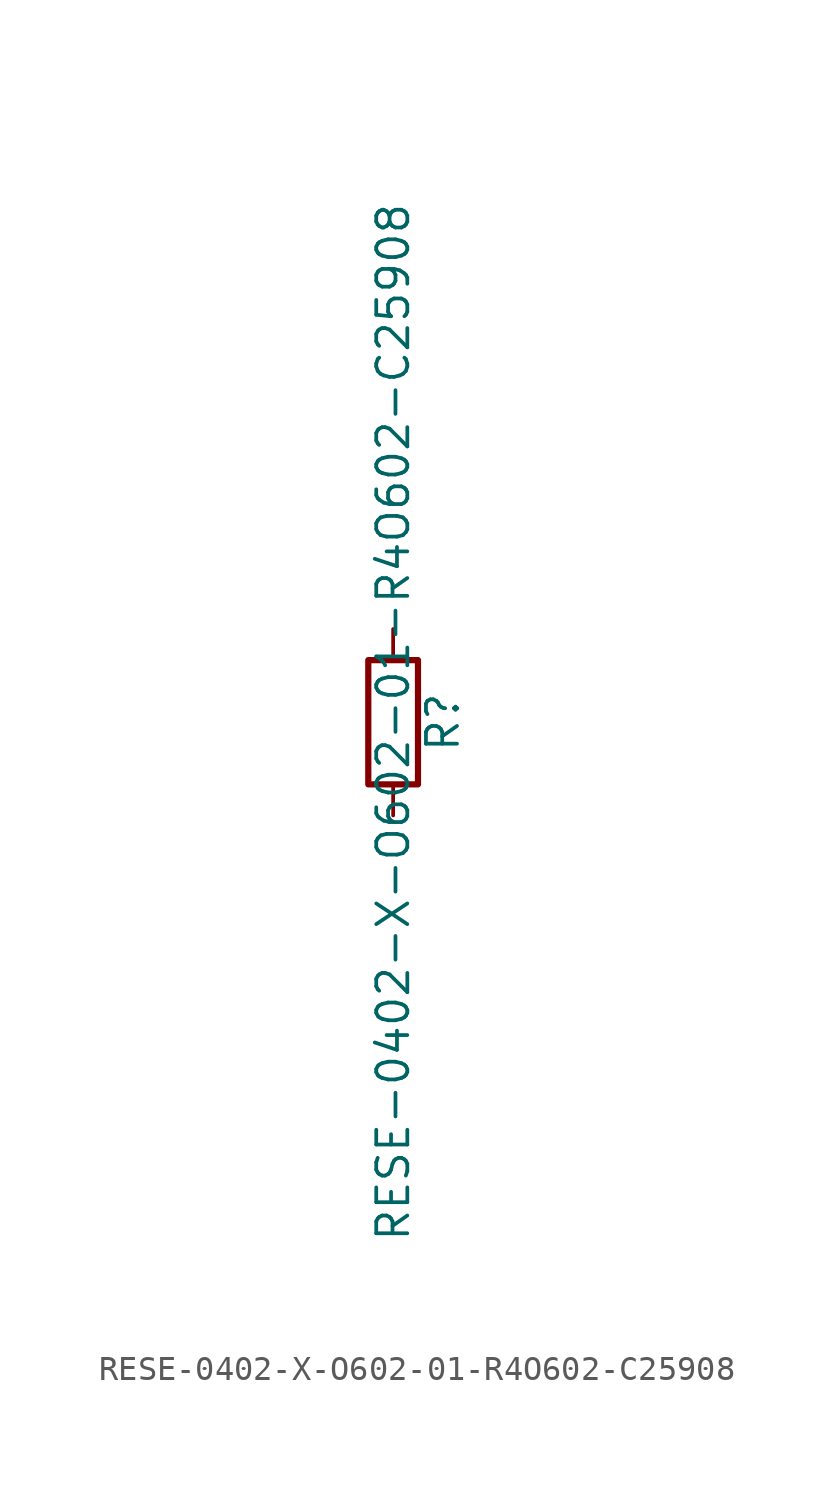
<source format=kicad_sym>
(kicad_symbol_lib
  (version 20211014)
  (generator kicad_symbol_editor)
  (symbol "RESE-0402-X-O602-01-R4O602-C25908"
    (pin_numbers hide)
    (pin_names
      (offset 0))
    (property "Reference" "R"
      (at 2.032 0 90)
      (effects (font (size 1.27 1.27))))
    (property "Value" "RESE-0402-X-O602-01-R4O602-C25908"
      (at 0 0 90)
      (effects (font (size 1.27 1.27))))
    (symbol "RESE-0402-X-O602-01-R4O602-C25908_0_1"
      (rectangle (start -1.016 -2.54) (end 1.016 2.54) (stroke (width 0.254) (type default) (color 0 0 0 0)) (fill (type none))))
    (symbol "RESE-0402-X-O602-01-R4O602-C25908_1_1"
      (pin passive line (at 0 3.81 270) (length 1.27) (name "~" (effects (font (size 1.27 1.27)))) (number "1" (effects (font (size 1.27 1.27)))))
      (pin passive line (at 0 -3.81 90) (length 1.27) (name "~" (effects (font (size 1.27 1.27)))) (number "2" (effects (font (size 1.27 1.27))))))))
</source>
